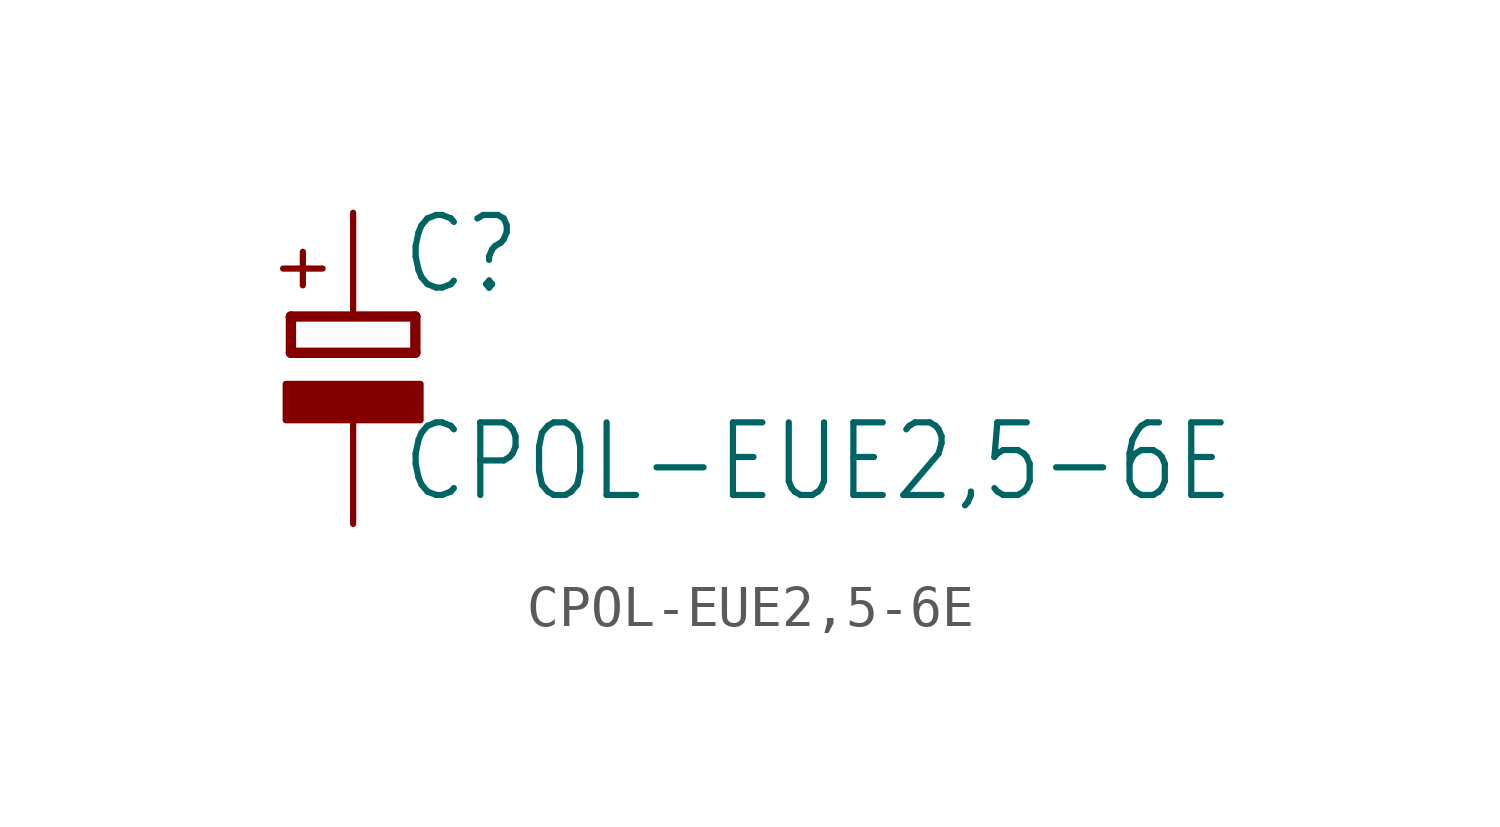
<source format=kicad_sym>
(kicad_symbol_lib
  (version 20220331)
  (generator kicad_symbol_editor)
  (symbol "CPOL-EUE2,5-6E"
    (property "Reference" "C"
      (at 1.143 0.483 0)
      (effects (font (size 1.778 1.511)) (justify left bottom)))
    (property "Value" "CPOL-EUE2,5-6E"
      (at 1.143 -4.597 0)
      (effects (font (size 1.778 1.511)) (justify left bottom)))
    (property "ki_locked" ""
      (at 0 0 0)
      (effects (font (size 1.27 1.27))))
    (symbol "CPOL-EUE2,5-6E_1_0"
      (rectangle (start -1.651 -2.54) (end 1.651 -1.651) (stroke (width 0) (type default)) (fill (type outline)))
      (polyline (pts (xy -1.524 -0.889) (xy 1.524 -0.889)) (stroke (width 0.254) (type solid)) (fill (type none)))
      (polyline (pts (xy -1.524 0) (xy -1.524 -0.889)) (stroke (width 0.254) (type solid)) (fill (type none)))
      (polyline (pts (xy -1.524 0) (xy 1.524 0)) (stroke (width 0.254) (type solid)) (fill (type none)))
      (polyline (pts (xy 1.524 -0.889) (xy 1.524 0)) (stroke (width 0.254) (type solid)) (fill (type none)))
      (text "+" (at -0.584 0.406 900) (effects (font (size 1.27 1.079)) (justify left bottom)))
      (pin passive line (at 0 2.54 270) (length 2.54) (name "+" (effects (font (size 0 0)))) (number "+" (effects (font (size 0 0)))))
      (pin passive line (at 0 -5.08 90) (length 2.54) (name "-" (effects (font (size 0 0)))) (number "-" (effects (font (size 0 0))))))))
</source>
